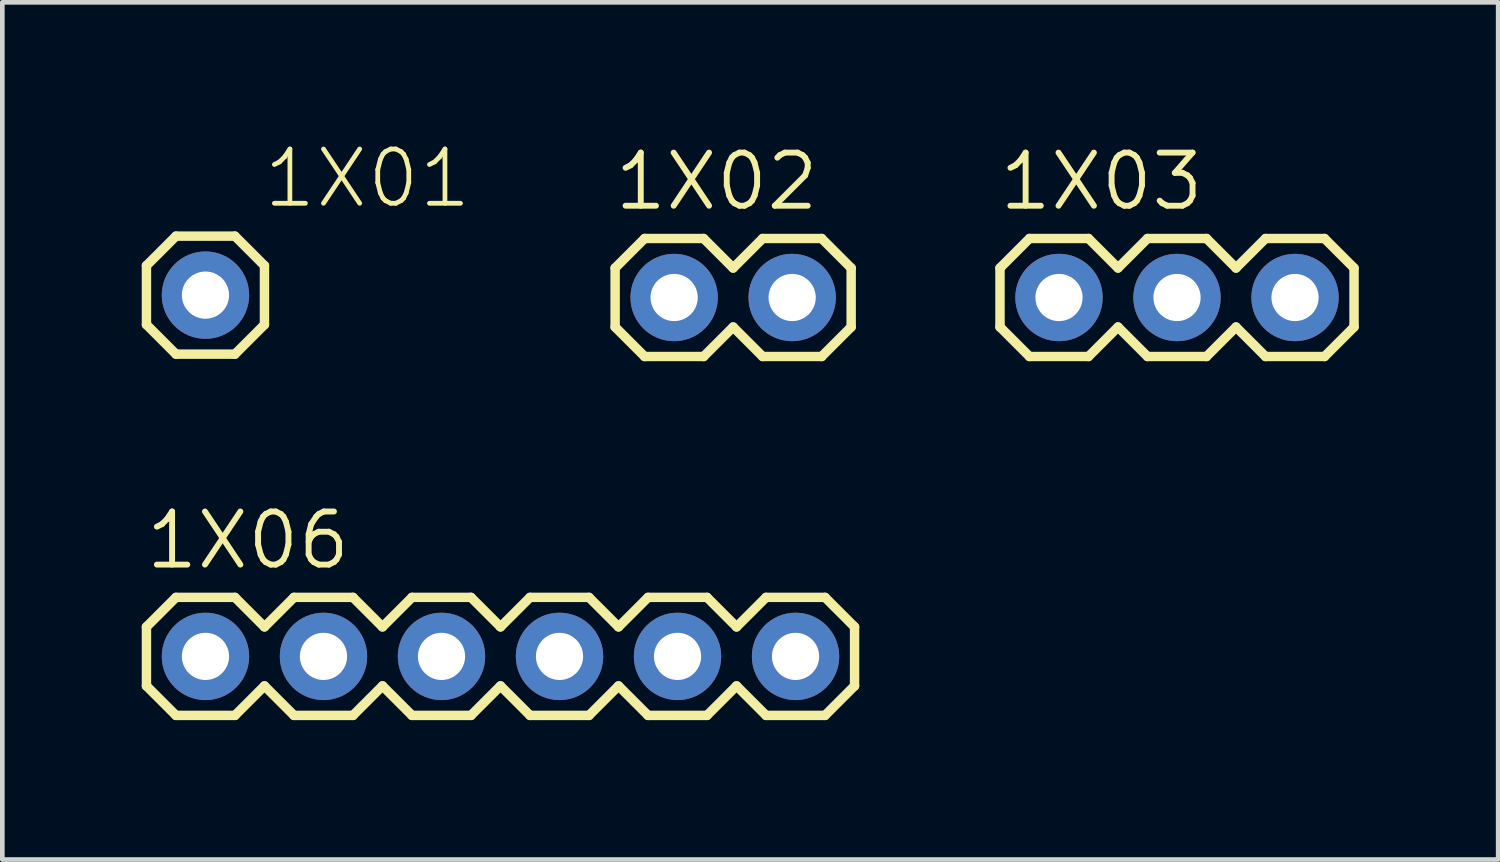
<source format=kicad_pcb>
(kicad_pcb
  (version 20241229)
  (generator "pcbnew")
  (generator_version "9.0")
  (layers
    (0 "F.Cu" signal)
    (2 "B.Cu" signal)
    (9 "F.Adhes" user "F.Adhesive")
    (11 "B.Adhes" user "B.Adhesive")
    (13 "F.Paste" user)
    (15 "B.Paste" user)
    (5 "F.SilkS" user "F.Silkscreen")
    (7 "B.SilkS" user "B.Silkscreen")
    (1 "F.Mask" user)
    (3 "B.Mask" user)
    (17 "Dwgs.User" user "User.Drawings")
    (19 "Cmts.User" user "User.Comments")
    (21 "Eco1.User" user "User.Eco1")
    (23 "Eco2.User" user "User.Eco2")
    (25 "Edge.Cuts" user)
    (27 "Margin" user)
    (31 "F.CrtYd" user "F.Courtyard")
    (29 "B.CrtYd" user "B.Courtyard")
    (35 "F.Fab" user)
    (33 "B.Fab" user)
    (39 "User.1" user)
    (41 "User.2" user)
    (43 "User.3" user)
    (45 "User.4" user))
  (footprint "1X01"
    (layer "F.Cu")
    (at 1.372 3.302)
    (property "Reference" "1X01" (at 1.194 -1.829 0) (layer "F.SilkS") (effects (font (size 1.168 1.168) (thickness 0.102)) (justify left bottom)))
    (fp_line (start -1.27 -0.635) (end -1.27 0.635) (stroke (width 0.203) (type solid)) (layer "F.SilkS"))
    (fp_line (start -1.27 0.635) (end -0.635 1.27) (stroke (width 0.203) (type solid)) (layer "F.SilkS"))
    (fp_line (start -0.635 -1.27) (end -1.27 -0.635) (stroke (width 0.203) (type solid)) (layer "F.SilkS"))
    (fp_line (start -0.635 1.27) (end 0.635 1.27) (stroke (width 0.203) (type solid)) (layer "F.SilkS"))
    (fp_line (start 0.635 -1.27) (end -0.635 -1.27) (stroke (width 0.203) (type solid)) (layer "F.SilkS"))
    (fp_line (start 0.635 1.27) (end 1.27 0.635) (stroke (width 0.203) (type solid)) (layer "F.SilkS"))
    (fp_line (start 1.27 -0.635) (end 0.635 -1.27) (stroke (width 0.203) (type solid)) (layer "F.SilkS"))
    (fp_line (start 1.27 0.635) (end 1.27 -0.635) (stroke (width 0.203) (type solid)) (layer "F.SilkS"))
    (fp_poly (pts (xy -0.254 0.254) (xy 0.254 0.254) (xy 0.254 -0.254) (xy -0.254 -0.254)) (stroke (width 0.1) (type solid)) (fill no) (layer "F.Fab"))
    (pad "1" thru_hole circle (at 0 0 90) (size 1.88 1.88) (drill 1.016) (layers "*.Cu" "*.Mask")))
  (footprint "1X06"
    (layer "F.Cu")
    (at 1.372 11.077)
    (property "Reference" "1X06" (at -1.346 -1.829 0) (layer "F.SilkS") (effects (font (size 1.143 1.143) (thickness 0.127)) (justify left bottom)))
    (fp_line (start -1.27 -0.635) (end -1.27 0.635) (stroke (width 0.203) (type solid)) (layer "F.SilkS"))
    (fp_line (start -1.27 0.635) (end -0.635 1.27) (stroke (width 0.203) (type solid)) (layer "F.SilkS"))
    (fp_line (start -0.635 -1.27) (end -1.27 -0.635) (stroke (width 0.203) (type solid)) (layer "F.SilkS"))
    (fp_line (start -0.635 -1.27) (end 0.635 -1.27) (stroke (width 0.203) (type solid)) (layer "F.SilkS"))
    (fp_line (start 0.635 -1.27) (end 1.27 -0.635) (stroke (width 0.203) (type solid)) (layer "F.SilkS"))
    (fp_line (start 0.635 1.27) (end -0.635 1.27) (stroke (width 0.203) (type solid)) (layer "F.SilkS"))
    (fp_line (start 1.27 -0.635) (end 1.905 -1.27) (stroke (width 0.203) (type solid)) (layer "F.SilkS"))
    (fp_line (start 1.27 0.635) (end 0.635 1.27) (stroke (width 0.203) (type solid)) (layer "F.SilkS"))
    (fp_line (start 1.905 -1.27) (end 3.175 -1.27) (stroke (width 0.203) (type solid)) (layer "F.SilkS"))
    (fp_line (start 1.905 1.27) (end 1.27 0.635) (stroke (width 0.203) (type solid)) (layer "F.SilkS"))
    (fp_line (start 3.175 -1.27) (end 3.81 -0.635) (stroke (width 0.203) (type solid)) (layer "F.SilkS"))
    (fp_line (start 3.175 1.27) (end 1.905 1.27) (stroke (width 0.203) (type solid)) (layer "F.SilkS"))
    (fp_line (start 3.81 -0.635) (end 4.445 -1.27) (stroke (width 0.203) (type solid)) (layer "F.SilkS"))
    (fp_line (start 3.81 0.635) (end 3.175 1.27) (stroke (width 0.203) (type solid)) (layer "F.SilkS"))
    (fp_line (start 4.445 -1.27) (end 5.715 -1.27) (stroke (width 0.203) (type solid)) (layer "F.SilkS"))
    (fp_line (start 4.445 1.27) (end 3.81 0.635) (stroke (width 0.203) (type solid)) (layer "F.SilkS"))
    (fp_line (start 5.715 -1.27) (end 6.35 -0.635) (stroke (width 0.203) (type solid)) (layer "F.SilkS"))
    (fp_line (start 5.715 1.27) (end 4.445 1.27) (stroke (width 0.203) (type solid)) (layer "F.SilkS"))
    (fp_line (start 6.35 0.635) (end 5.715 1.27) (stroke (width 0.203) (type solid)) (layer "F.SilkS"))
    (fp_line (start 6.35 0.635) (end 6.985 1.27) (stroke (width 0.203) (type solid)) (layer "F.SilkS"))
    (fp_line (start 6.985 -1.27) (end 6.35 -0.635) (stroke (width 0.203) (type solid)) (layer "F.SilkS"))
    (fp_line (start 6.985 -1.27) (end 8.255 -1.27) (stroke (width 0.203) (type solid)) (layer "F.SilkS"))
    (fp_line (start 8.255 -1.27) (end 8.89 -0.635) (stroke (width 0.203) (type solid)) (layer "F.SilkS"))
    (fp_line (start 8.255 1.27) (end 6.985 1.27) (stroke (width 0.203) (type solid)) (layer "F.SilkS"))
    (fp_line (start 8.89 -0.635) (end 9.525 -1.27) (stroke (width 0.203) (type solid)) (layer "F.SilkS"))
    (fp_line (start 8.89 0.635) (end 8.255 1.27) (stroke (width 0.203) (type solid)) (layer "F.SilkS"))
    (fp_line (start 9.525 -1.27) (end 10.795 -1.27) (stroke (width 0.203) (type solid)) (layer "F.SilkS"))
    (fp_line (start 9.525 1.27) (end 8.89 0.635) (stroke (width 0.203) (type solid)) (layer "F.SilkS"))
    (fp_line (start 10.795 -1.27) (end 11.43 -0.635) (stroke (width 0.203) (type solid)) (layer "F.SilkS"))
    (fp_line (start 10.795 1.27) (end 9.525 1.27) (stroke (width 0.203) (type solid)) (layer "F.SilkS"))
    (fp_line (start 11.43 -0.635) (end 12.065 -1.27) (stroke (width 0.203) (type solid)) (layer "F.SilkS"))
    (fp_line (start 11.43 0.635) (end 10.795 1.27) (stroke (width 0.203) (type solid)) (layer "F.SilkS"))
    (fp_line (start 12.065 -1.27) (end 13.335 -1.27) (stroke (width 0.203) (type solid)) (layer "F.SilkS"))
    (fp_line (start 12.065 1.27) (end 11.43 0.635) (stroke (width 0.203) (type solid)) (layer "F.SilkS"))
    (fp_line (start 13.335 -1.27) (end 13.97 -0.635) (stroke (width 0.203) (type solid)) (layer "F.SilkS"))
    (fp_line (start 13.335 1.27) (end 12.065 1.27) (stroke (width 0.203) (type solid)) (layer "F.SilkS"))
    (fp_line (start 13.97 -0.635) (end 13.97 0.635) (stroke (width 0.203) (type solid)) (layer "F.SilkS"))
    (fp_line (start 13.97 0.635) (end 13.335 1.27) (stroke (width 0.203) (type solid)) (layer "F.SilkS"))
    (fp_poly (pts (xy -0.254 0.254) (xy 0.254 0.254) (xy 0.254 -0.254) (xy -0.254 -0.254)) (stroke (width 0.1) (type solid)) (fill no) (layer "F.Fab"))
    (fp_poly (pts (xy 2.286 0.254) (xy 2.794 0.254) (xy 2.794 -0.254) (xy 2.286 -0.254)) (stroke (width 0.1) (type solid)) (fill no) (layer "F.Fab"))
    (fp_poly (pts (xy 4.826 0.254) (xy 5.334 0.254) (xy 5.334 -0.254) (xy 4.826 -0.254)) (stroke (width 0.1) (type solid)) (fill no) (layer "F.Fab"))
    (fp_poly (pts (xy 7.366 0.254) (xy 7.874 0.254) (xy 7.874 -0.254) (xy 7.366 -0.254)) (stroke (width 0.1) (type solid)) (fill no) (layer "F.Fab"))
    (fp_poly (pts (xy 9.906 0.254) (xy 10.414 0.254) (xy 10.414 -0.254) (xy 9.906 -0.254)) (stroke (width 0.1) (type solid)) (fill no) (layer "F.Fab"))
    (fp_poly (pts (xy 12.446 0.254) (xy 12.954 0.254) (xy 12.954 -0.254) (xy 12.446 -0.254)) (stroke (width 0.1) (type solid)) (fill no) (layer "F.Fab"))
    (pad "1" thru_hole circle (at 0 0 90) (size 1.88 1.88) (drill 1.016) (layers "*.Cu" "*.Mask"))
    (pad "2" thru_hole circle (at 2.54 0 90) (size 1.88 1.88) (drill 1.016) (layers "*.Cu" "*.Mask"))
    (pad "3" thru_hole circle (at 5.08 0 90) (size 1.88 1.88) (drill 1.016) (layers "*.Cu" "*.Mask"))
    (pad "4" thru_hole circle (at 7.62 0 90) (size 1.88 1.88) (drill 1.016) (layers "*.Cu" "*.Mask"))
    (pad "5" thru_hole circle (at 10.16 0 90) (size 1.88 1.88) (drill 1.016) (layers "*.Cu" "*.Mask"))
    (pad "6" thru_hole circle (at 12.7 0 90) (size 1.88 1.88) (drill 1.016) (layers "*.Cu" "*.Mask")))
  (footprint "1X02"
    (layer "F.Cu")
    (at 11.459 3.353)
    (property "Reference" "1X02" (at -1.346 -1.829 0) (layer "F.SilkS") (effects (font (size 1.143 1.143) (thickness 0.127)) (justify left bottom)))
    (fp_line (start -1.27 -0.635) (end -1.27 0.635) (stroke (width 0.203) (type solid)) (layer "F.SilkS"))
    (fp_line (start -1.27 0.635) (end -0.635 1.27) (stroke (width 0.203) (type solid)) (layer "F.SilkS"))
    (fp_line (start -0.635 -1.27) (end -1.27 -0.635) (stroke (width 0.203) (type solid)) (layer "F.SilkS"))
    (fp_line (start -0.635 -1.27) (end 0.635 -1.27) (stroke (width 0.203) (type solid)) (layer "F.SilkS"))
    (fp_line (start 0.635 -1.27) (end 1.27 -0.635) (stroke (width 0.203) (type solid)) (layer "F.SilkS"))
    (fp_line (start 0.635 1.27) (end -0.635 1.27) (stroke (width 0.203) (type solid)) (layer "F.SilkS"))
    (fp_line (start 1.27 -0.635) (end 1.905 -1.27) (stroke (width 0.203) (type solid)) (layer "F.SilkS"))
    (fp_line (start 1.27 0.635) (end 0.635 1.27) (stroke (width 0.203) (type solid)) (layer "F.SilkS"))
    (fp_line (start 1.905 -1.27) (end 3.175 -1.27) (stroke (width 0.203) (type solid)) (layer "F.SilkS"))
    (fp_line (start 1.905 1.27) (end 1.27 0.635) (stroke (width 0.203) (type solid)) (layer "F.SilkS"))
    (fp_line (start 3.175 -1.27) (end 3.81 -0.635) (stroke (width 0.203) (type solid)) (layer "F.SilkS"))
    (fp_line (start 3.175 1.27) (end 1.905 1.27) (stroke (width 0.203) (type solid)) (layer "F.SilkS"))
    (fp_line (start 3.81 -0.635) (end 3.81 0.635) (stroke (width 0.203) (type solid)) (layer "F.SilkS"))
    (fp_line (start 3.81 0.635) (end 3.175 1.27) (stroke (width 0.203) (type solid)) (layer "F.SilkS"))
    (fp_poly (pts (xy -0.254 0.254) (xy 0.254 0.254) (xy 0.254 -0.254) (xy -0.254 -0.254)) (stroke (width 0.1) (type solid)) (fill no) (layer "F.Fab"))
    (fp_poly (pts (xy 2.286 0.254) (xy 2.794 0.254) (xy 2.794 -0.254) (xy 2.286 -0.254)) (stroke (width 0.1) (type solid)) (fill no) (layer "F.Fab"))
    (pad "1" thru_hole circle (at 0 0 90) (size 1.88 1.88) (drill 1.016) (layers "*.Cu" "*.Mask"))
    (pad "2" thru_hole circle (at 2.54 0 90) (size 1.88 1.88) (drill 1.016) (layers "*.Cu" "*.Mask")))
  (footprint "1X03"
    (layer "F.Cu")
    (at 19.742 3.353)
    (property "Reference" "1X03" (at -1.346 -1.829 0) (layer "F.SilkS") (effects (font (size 1.143 1.143) (thickness 0.127)) (justify left bottom)))
    (fp_line (start -1.27 -0.635) (end -1.27 0.635) (stroke (width 0.203) (type solid)) (layer "F.SilkS"))
    (fp_line (start -1.27 0.635) (end -0.635 1.27) (stroke (width 0.203) (type solid)) (layer "F.SilkS"))
    (fp_line (start -0.635 -1.27) (end -1.27 -0.635) (stroke (width 0.203) (type solid)) (layer "F.SilkS"))
    (fp_line (start -0.635 -1.27) (end 0.635 -1.27) (stroke (width 0.203) (type solid)) (layer "F.SilkS"))
    (fp_line (start 0.635 -1.27) (end 1.27 -0.635) (stroke (width 0.203) (type solid)) (layer "F.SilkS"))
    (fp_line (start 0.635 1.27) (end -0.635 1.27) (stroke (width 0.203) (type solid)) (layer "F.SilkS"))
    (fp_line (start 1.27 -0.635) (end 1.905 -1.27) (stroke (width 0.203) (type solid)) (layer "F.SilkS"))
    (fp_line (start 1.27 0.635) (end 0.635 1.27) (stroke (width 0.203) (type solid)) (layer "F.SilkS"))
    (fp_line (start 1.905 -1.27) (end 3.175 -1.27) (stroke (width 0.203) (type solid)) (layer "F.SilkS"))
    (fp_line (start 1.905 1.27) (end 1.27 0.635) (stroke (width 0.203) (type solid)) (layer "F.SilkS"))
    (fp_line (start 3.175 -1.27) (end 3.81 -0.635) (stroke (width 0.203) (type solid)) (layer "F.SilkS"))
    (fp_line (start 3.175 1.27) (end 1.905 1.27) (stroke (width 0.203) (type solid)) (layer "F.SilkS"))
    (fp_line (start 3.81 -0.635) (end 4.445 -1.27) (stroke (width 0.203) (type solid)) (layer "F.SilkS"))
    (fp_line (start 3.81 0.635) (end 3.175 1.27) (stroke (width 0.203) (type solid)) (layer "F.SilkS"))
    (fp_line (start 4.445 -1.27) (end 5.715 -1.27) (stroke (width 0.203) (type solid)) (layer "F.SilkS"))
    (fp_line (start 4.445 1.27) (end 3.81 0.635) (stroke (width 0.203) (type solid)) (layer "F.SilkS"))
    (fp_line (start 5.715 -1.27) (end 6.35 -0.635) (stroke (width 0.203) (type solid)) (layer "F.SilkS"))
    (fp_line (start 5.715 1.27) (end 4.445 1.27) (stroke (width 0.203) (type solid)) (layer "F.SilkS"))
    (fp_line (start 6.35 -0.635) (end 6.35 0.635) (stroke (width 0.203) (type solid)) (layer "F.SilkS"))
    (fp_line (start 6.35 0.635) (end 5.715 1.27) (stroke (width 0.203) (type solid)) (layer "F.SilkS"))
    (fp_poly (pts (xy -0.254 0.254) (xy 0.254 0.254) (xy 0.254 -0.254) (xy -0.254 -0.254)) (stroke (width 0.1) (type solid)) (fill no) (layer "F.Fab"))
    (fp_poly (pts (xy 2.286 0.254) (xy 2.794 0.254) (xy 2.794 -0.254) (xy 2.286 -0.254)) (stroke (width 0.1) (type solid)) (fill no) (layer "F.Fab"))
    (fp_poly (pts (xy 4.826 0.254) (xy 5.334 0.254) (xy 5.334 -0.254) (xy 4.826 -0.254)) (stroke (width 0.1) (type solid)) (fill no) (layer "F.Fab"))
    (pad "1" thru_hole circle (at 0 0 90) (size 1.88 1.88) (drill 1.016) (layers "*.Cu" "*.Mask"))
    (pad "2" thru_hole circle (at 2.54 0 90) (size 1.88 1.88) (drill 1.016) (layers "*.Cu" "*.Mask"))
    (pad "3" thru_hole circle (at 5.08 0 90) (size 1.88 1.88) (drill 1.016) (layers "*.Cu" "*.Mask")))
  (gr_rect
    (start -3 -3)
    (end 29.194 15.449)
    (stroke (width 0.1) (type default))
    (fill no)
    (layer "Edge.Cuts")))
</source>
